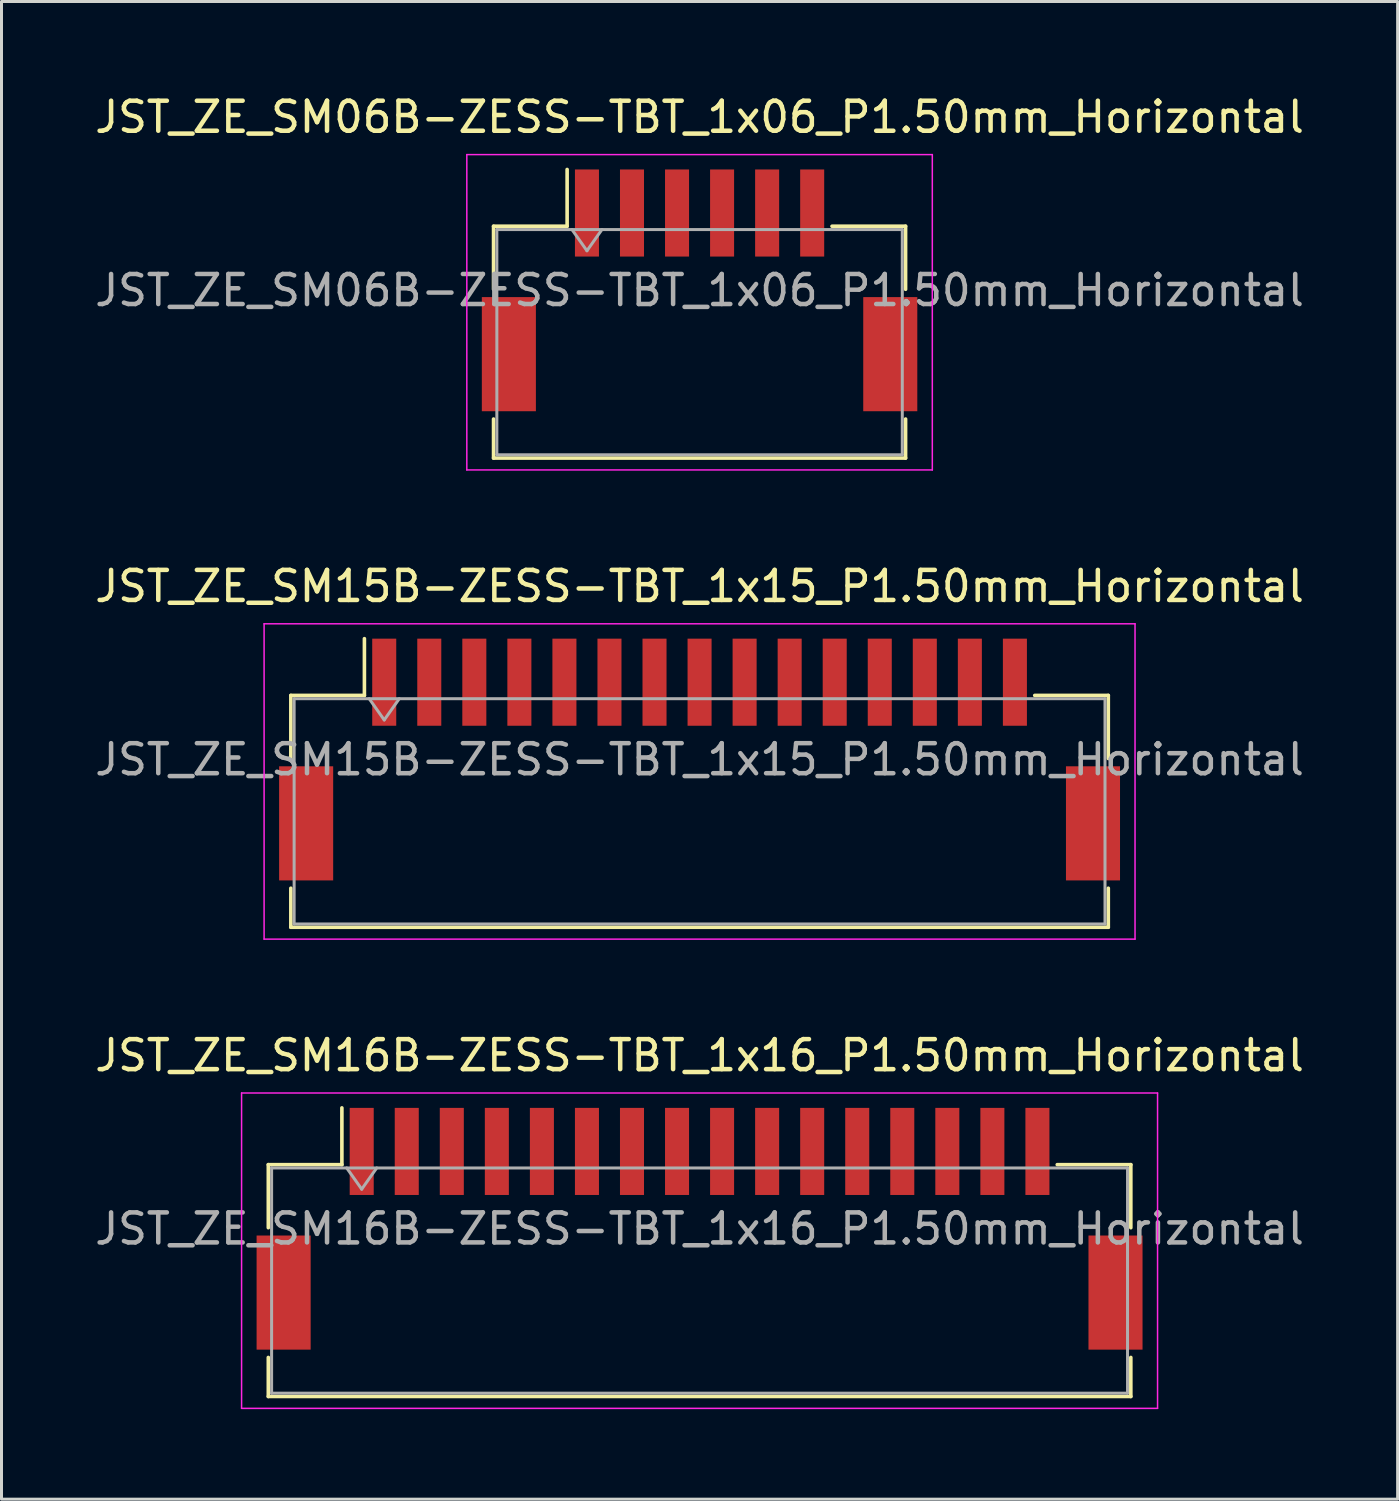
<source format=kicad_pcb>
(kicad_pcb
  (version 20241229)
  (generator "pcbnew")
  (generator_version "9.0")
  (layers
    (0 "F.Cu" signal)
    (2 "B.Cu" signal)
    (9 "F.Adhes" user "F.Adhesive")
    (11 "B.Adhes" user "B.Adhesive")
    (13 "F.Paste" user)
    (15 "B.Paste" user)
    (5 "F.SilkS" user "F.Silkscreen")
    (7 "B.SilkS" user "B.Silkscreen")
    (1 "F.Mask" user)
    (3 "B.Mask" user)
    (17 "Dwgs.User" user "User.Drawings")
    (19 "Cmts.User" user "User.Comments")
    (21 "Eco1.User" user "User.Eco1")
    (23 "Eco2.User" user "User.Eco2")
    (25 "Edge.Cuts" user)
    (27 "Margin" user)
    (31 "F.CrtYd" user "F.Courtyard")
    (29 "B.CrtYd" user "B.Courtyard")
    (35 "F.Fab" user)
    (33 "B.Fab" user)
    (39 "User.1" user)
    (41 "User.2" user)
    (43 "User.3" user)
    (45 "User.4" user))
  (footprint "JST_ZE_SM15B-ZESS-TBT_1x15_P1.50mm_Horizontal"
    (layer "F.Cu")
    (at 20.244 22.241)
    (property "Reference" "JST_ZE_SM15B-ZESS-TBT_1x15_P1.50mm_Horizontal" (at 0 -5.77 0) (layer "F.SilkS") (effects (font (size 1 1) (thickness 0.15))))
    (attr smd)
    (fp_line (start -13.61 -2.135) (end -11.16 -2.135) (stroke (width 0.12) (type solid)) (layer "F.SilkS"))
    (fp_line (start -13.61 -0.035) (end -13.61 -2.135) (stroke (width 0.12) (type solid)) (layer "F.SilkS"))
    (fp_line (start -13.61 4.285) (end -13.61 5.585) (stroke (width 0.12) (type solid)) (layer "F.SilkS"))
    (fp_line (start -13.61 5.585) (end 13.61 5.585) (stroke (width 0.12) (type solid)) (layer "F.SilkS"))
    (fp_line (start -11.16 -2.135) (end -11.16 -4.025) (stroke (width 0.12) (type solid)) (layer "F.SilkS"))
    (fp_line (start 13.61 -2.135) (end 11.16 -2.135) (stroke (width 0.12) (type solid)) (layer "F.SilkS"))
    (fp_line (start 13.61 -0.035) (end 13.61 -2.135) (stroke (width 0.12) (type solid)) (layer "F.SilkS"))
    (fp_line (start 13.61 5.585) (end 13.61 4.285) (stroke (width 0.12) (type solid)) (layer "F.SilkS"))
    (fp_line (start -14.5 -4.52) (end -14.5 5.98) (stroke (width 0.05) (type solid)) (layer "F.CrtYd"))
    (fp_line (start -14.5 5.98) (end 14.5 5.98) (stroke (width 0.05) (type solid)) (layer "F.CrtYd"))
    (fp_line (start 14.5 -4.52) (end -14.5 -4.52) (stroke (width 0.05) (type solid)) (layer "F.CrtYd"))
    (fp_line (start 14.5 5.98) (end 14.5 -4.52) (stroke (width 0.05) (type solid)) (layer "F.CrtYd"))
    (fp_line (start -13.5 -2.025) (end -13.5 5.475) (stroke (width 0.1) (type solid)) (layer "F.Fab"))
    (fp_line (start -13.5 -2.025) (end 13.5 -2.025) (stroke (width 0.1) (type solid)) (layer "F.Fab"))
    (fp_line (start -13.5 5.475) (end 13.5 5.475) (stroke (width 0.1) (type solid)) (layer "F.Fab"))
    (fp_line (start -11 -2.025) (end -10.5 -1.318) (stroke (width 0.1) (type solid)) (layer "F.Fab"))
    (fp_line (start -10.5 -1.318) (end -10 -2.025) (stroke (width 0.1) (type solid)) (layer "F.Fab"))
    (fp_line (start 13.5 -2.025) (end 13.5 5.475) (stroke (width 0.1) (type solid)) (layer "F.Fab"))
    (fp_text user "${REFERENCE}" (at 0 0 0) (layer "F.Fab") (effects (font (size 1 1) (thickness 0.15))))
    (pad "" smd rect (at -13.1 2.125) (size 1.8 3.8) (layers "F.Cu" "F.Mask" "F.Paste"))
    (pad "" smd rect (at 13.1 2.125) (size 1.8 3.8) (layers "F.Cu" "F.Mask" "F.Paste"))
    (pad "1" smd rect (at -10.5 -2.575) (size 0.8 2.9) (layers "F.Cu" "F.Mask" "F.Paste"))
    (pad "2" smd rect (at -9 -2.575) (size 0.8 2.9) (layers "F.Cu" "F.Mask" "F.Paste"))
    (pad "3" smd rect (at -7.5 -2.575) (size 0.8 2.9) (layers "F.Cu" "F.Mask" "F.Paste"))
    (pad "4" smd rect (at -6 -2.575) (size 0.8 2.9) (layers "F.Cu" "F.Mask" "F.Paste"))
    (pad "5" smd rect (at -4.5 -2.575) (size 0.8 2.9) (layers "F.Cu" "F.Mask" "F.Paste"))
    (pad "6" smd rect (at -3 -2.575) (size 0.8 2.9) (layers "F.Cu" "F.Mask" "F.Paste"))
    (pad "7" smd rect (at -1.5 -2.575) (size 0.8 2.9) (layers "F.Cu" "F.Mask" "F.Paste"))
    (pad "8" smd rect (at 0 -2.575) (size 0.8 2.9) (layers "F.Cu" "F.Mask" "F.Paste"))
    (pad "9" smd rect (at 1.5 -2.575) (size 0.8 2.9) (layers "F.Cu" "F.Mask" "F.Paste"))
    (pad "10" smd rect (at 3 -2.575) (size 0.8 2.9) (layers "F.Cu" "F.Mask" "F.Paste"))
    (pad "11" smd rect (at 4.5 -2.575) (size 0.8 2.9) (layers "F.Cu" "F.Mask" "F.Paste"))
    (pad "12" smd rect (at 6 -2.575) (size 0.8 2.9) (layers "F.Cu" "F.Mask" "F.Paste"))
    (pad "13" smd rect (at 7.5 -2.575) (size 0.8 2.9) (layers "F.Cu" "F.Mask" "F.Paste"))
    (pad "14" smd rect (at 9 -2.575) (size 0.8 2.9) (layers "F.Cu" "F.Mask" "F.Paste"))
    (pad "15" smd rect (at 10.5 -2.575) (size 0.8 2.9) (layers "F.Cu" "F.Mask" "F.Paste")))
  (footprint "JST_ZE_SM16B-ZESS-TBT_1x16_P1.50mm_Horizontal"
    (layer "F.Cu")
    (at 20.244 37.865)
    (property "Reference" "JST_ZE_SM16B-ZESS-TBT_1x16_P1.50mm_Horizontal" (at 0 -5.77 0) (layer "F.SilkS") (effects (font (size 1 1) (thickness 0.15))))
    (attr smd)
    (fp_line (start -14.36 -2.135) (end -11.91 -2.135) (stroke (width 0.12) (type solid)) (layer "F.SilkS"))
    (fp_line (start -14.36 -0.035) (end -14.36 -2.135) (stroke (width 0.12) (type solid)) (layer "F.SilkS"))
    (fp_line (start -14.36 4.285) (end -14.36 5.585) (stroke (width 0.12) (type solid)) (layer "F.SilkS"))
    (fp_line (start -14.36 5.585) (end 14.36 5.585) (stroke (width 0.12) (type solid)) (layer "F.SilkS"))
    (fp_line (start -11.91 -2.135) (end -11.91 -4.025) (stroke (width 0.12) (type solid)) (layer "F.SilkS"))
    (fp_line (start 14.36 -2.135) (end 11.91 -2.135) (stroke (width 0.12) (type solid)) (layer "F.SilkS"))
    (fp_line (start 14.36 -0.035) (end 14.36 -2.135) (stroke (width 0.12) (type solid)) (layer "F.SilkS"))
    (fp_line (start 14.36 5.585) (end 14.36 4.285) (stroke (width 0.12) (type solid)) (layer "F.SilkS"))
    (fp_line (start -15.25 -4.52) (end -15.25 5.98) (stroke (width 0.05) (type solid)) (layer "F.CrtYd"))
    (fp_line (start -15.25 5.98) (end 15.25 5.98) (stroke (width 0.05) (type solid)) (layer "F.CrtYd"))
    (fp_line (start 15.25 -4.52) (end -15.25 -4.52) (stroke (width 0.05) (type solid)) (layer "F.CrtYd"))
    (fp_line (start 15.25 5.98) (end 15.25 -4.52) (stroke (width 0.05) (type solid)) (layer "F.CrtYd"))
    (fp_line (start -14.25 -2.025) (end -14.25 5.475) (stroke (width 0.1) (type solid)) (layer "F.Fab"))
    (fp_line (start -14.25 -2.025) (end 14.25 -2.025) (stroke (width 0.1) (type solid)) (layer "F.Fab"))
    (fp_line (start -14.25 5.475) (end 14.25 5.475) (stroke (width 0.1) (type solid)) (layer "F.Fab"))
    (fp_line (start -11.75 -2.025) (end -11.25 -1.318) (stroke (width 0.1) (type solid)) (layer "F.Fab"))
    (fp_line (start -11.25 -1.318) (end -10.75 -2.025) (stroke (width 0.1) (type solid)) (layer "F.Fab"))
    (fp_line (start 14.25 -2.025) (end 14.25 5.475) (stroke (width 0.1) (type solid)) (layer "F.Fab"))
    (fp_text user "${REFERENCE}" (at 0 0 0) (layer "F.Fab") (effects (font (size 1 1) (thickness 0.15))))
    (pad "" smd rect (at -13.85 2.125) (size 1.8 3.8) (layers "F.Cu" "F.Mask" "F.Paste"))
    (pad "" smd rect (at 13.85 2.125) (size 1.8 3.8) (layers "F.Cu" "F.Mask" "F.Paste"))
    (pad "1" smd rect (at -11.25 -2.575) (size 0.8 2.9) (layers "F.Cu" "F.Mask" "F.Paste"))
    (pad "2" smd rect (at -9.75 -2.575) (size 0.8 2.9) (layers "F.Cu" "F.Mask" "F.Paste"))
    (pad "3" smd rect (at -8.25 -2.575) (size 0.8 2.9) (layers "F.Cu" "F.Mask" "F.Paste"))
    (pad "4" smd rect (at -6.75 -2.575) (size 0.8 2.9) (layers "F.Cu" "F.Mask" "F.Paste"))
    (pad "5" smd rect (at -5.25 -2.575) (size 0.8 2.9) (layers "F.Cu" "F.Mask" "F.Paste"))
    (pad "6" smd rect (at -3.75 -2.575) (size 0.8 2.9) (layers "F.Cu" "F.Mask" "F.Paste"))
    (pad "7" smd rect (at -2.25 -2.575) (size 0.8 2.9) (layers "F.Cu" "F.Mask" "F.Paste"))
    (pad "8" smd rect (at -0.75 -2.575) (size 0.8 2.9) (layers "F.Cu" "F.Mask" "F.Paste"))
    (pad "9" smd rect (at 0.75 -2.575) (size 0.8 2.9) (layers "F.Cu" "F.Mask" "F.Paste"))
    (pad "10" smd rect (at 2.25 -2.575) (size 0.8 2.9) (layers "F.Cu" "F.Mask" "F.Paste"))
    (pad "11" smd rect (at 3.75 -2.575) (size 0.8 2.9) (layers "F.Cu" "F.Mask" "F.Paste"))
    (pad "12" smd rect (at 5.25 -2.575) (size 0.8 2.9) (layers "F.Cu" "F.Mask" "F.Paste"))
    (pad "13" smd rect (at 6.75 -2.575) (size 0.8 2.9) (layers "F.Cu" "F.Mask" "F.Paste"))
    (pad "14" smd rect (at 8.25 -2.575) (size 0.8 2.9) (layers "F.Cu" "F.Mask" "F.Paste"))
    (pad "15" smd rect (at 9.75 -2.575) (size 0.8 2.9) (layers "F.Cu" "F.Mask" "F.Paste"))
    (pad "16" smd rect (at 11.25 -2.575) (size 0.8 2.9) (layers "F.Cu" "F.Mask" "F.Paste")))
  (footprint "JST_ZE_SM06B-ZESS-TBT_1x06_P1.50mm_Horizontal"
    (layer "F.Cu")
    (at 20.244 6.618)
    (property "Reference" "JST_ZE_SM06B-ZESS-TBT_1x06_P1.50mm_Horizontal" (at 0 -5.77 0) (layer "F.SilkS") (effects (font (size 1 1) (thickness 0.15))))
    (attr smd)
    (fp_line (start -6.86 -2.135) (end -4.41 -2.135) (stroke (width 0.12) (type solid)) (layer "F.SilkS"))
    (fp_line (start -6.86 -0.035) (end -6.86 -2.135) (stroke (width 0.12) (type solid)) (layer "F.SilkS"))
    (fp_line (start -6.86 4.285) (end -6.86 5.585) (stroke (width 0.12) (type solid)) (layer "F.SilkS"))
    (fp_line (start -6.86 5.585) (end 6.86 5.585) (stroke (width 0.12) (type solid)) (layer "F.SilkS"))
    (fp_line (start -4.41 -2.135) (end -4.41 -4.025) (stroke (width 0.12) (type solid)) (layer "F.SilkS"))
    (fp_line (start 6.86 -2.135) (end 4.41 -2.135) (stroke (width 0.12) (type solid)) (layer "F.SilkS"))
    (fp_line (start 6.86 -0.035) (end 6.86 -2.135) (stroke (width 0.12) (type solid)) (layer "F.SilkS"))
    (fp_line (start 6.86 5.585) (end 6.86 4.285) (stroke (width 0.12) (type solid)) (layer "F.SilkS"))
    (fp_line (start -7.75 -4.52) (end -7.75 5.98) (stroke (width 0.05) (type solid)) (layer "F.CrtYd"))
    (fp_line (start -7.75 5.98) (end 7.75 5.98) (stroke (width 0.05) (type solid)) (layer "F.CrtYd"))
    (fp_line (start 7.75 -4.52) (end -7.75 -4.52) (stroke (width 0.05) (type solid)) (layer "F.CrtYd"))
    (fp_line (start 7.75 5.98) (end 7.75 -4.52) (stroke (width 0.05) (type solid)) (layer "F.CrtYd"))
    (fp_line (start -6.75 -2.025) (end -6.75 5.475) (stroke (width 0.1) (type solid)) (layer "F.Fab"))
    (fp_line (start -6.75 -2.025) (end 6.75 -2.025) (stroke (width 0.1) (type solid)) (layer "F.Fab"))
    (fp_line (start -6.75 5.475) (end 6.75 5.475) (stroke (width 0.1) (type solid)) (layer "F.Fab"))
    (fp_line (start -4.25 -2.025) (end -3.75 -1.318) (stroke (width 0.1) (type solid)) (layer "F.Fab"))
    (fp_line (start -3.75 -1.318) (end -3.25 -2.025) (stroke (width 0.1) (type solid)) (layer "F.Fab"))
    (fp_line (start 6.75 -2.025) (end 6.75 5.475) (stroke (width 0.1) (type solid)) (layer "F.Fab"))
    (fp_text user "${REFERENCE}" (at 0 0 0) (layer "F.Fab") (effects (font (size 1 1) (thickness 0.15))))
    (pad "" smd rect (at -6.35 2.125) (size 1.8 3.8) (layers "F.Cu" "F.Mask" "F.Paste"))
    (pad "" smd rect (at 6.35 2.125) (size 1.8 3.8) (layers "F.Cu" "F.Mask" "F.Paste"))
    (pad "1" smd rect (at -3.75 -2.575) (size 0.8 2.9) (layers "F.Cu" "F.Mask" "F.Paste"))
    (pad "2" smd rect (at -2.25 -2.575) (size 0.8 2.9) (layers "F.Cu" "F.Mask" "F.Paste"))
    (pad "3" smd rect (at -0.75 -2.575) (size 0.8 2.9) (layers "F.Cu" "F.Mask" "F.Paste"))
    (pad "4" smd rect (at 0.75 -2.575) (size 0.8 2.9) (layers "F.Cu" "F.Mask" "F.Paste"))
    (pad "5" smd rect (at 2.25 -2.575) (size 0.8 2.9) (layers "F.Cu" "F.Mask" "F.Paste"))
    (pad "6" smd rect (at 3.75 -2.575) (size 0.8 2.9) (layers "F.Cu" "F.Mask" "F.Paste")))
  (gr_rect
    (start -3 -3)
    (end 43.488 46.87)
    (stroke (width 0.1) (type default))
    (fill no)
    (layer "Edge.Cuts")))
</source>
